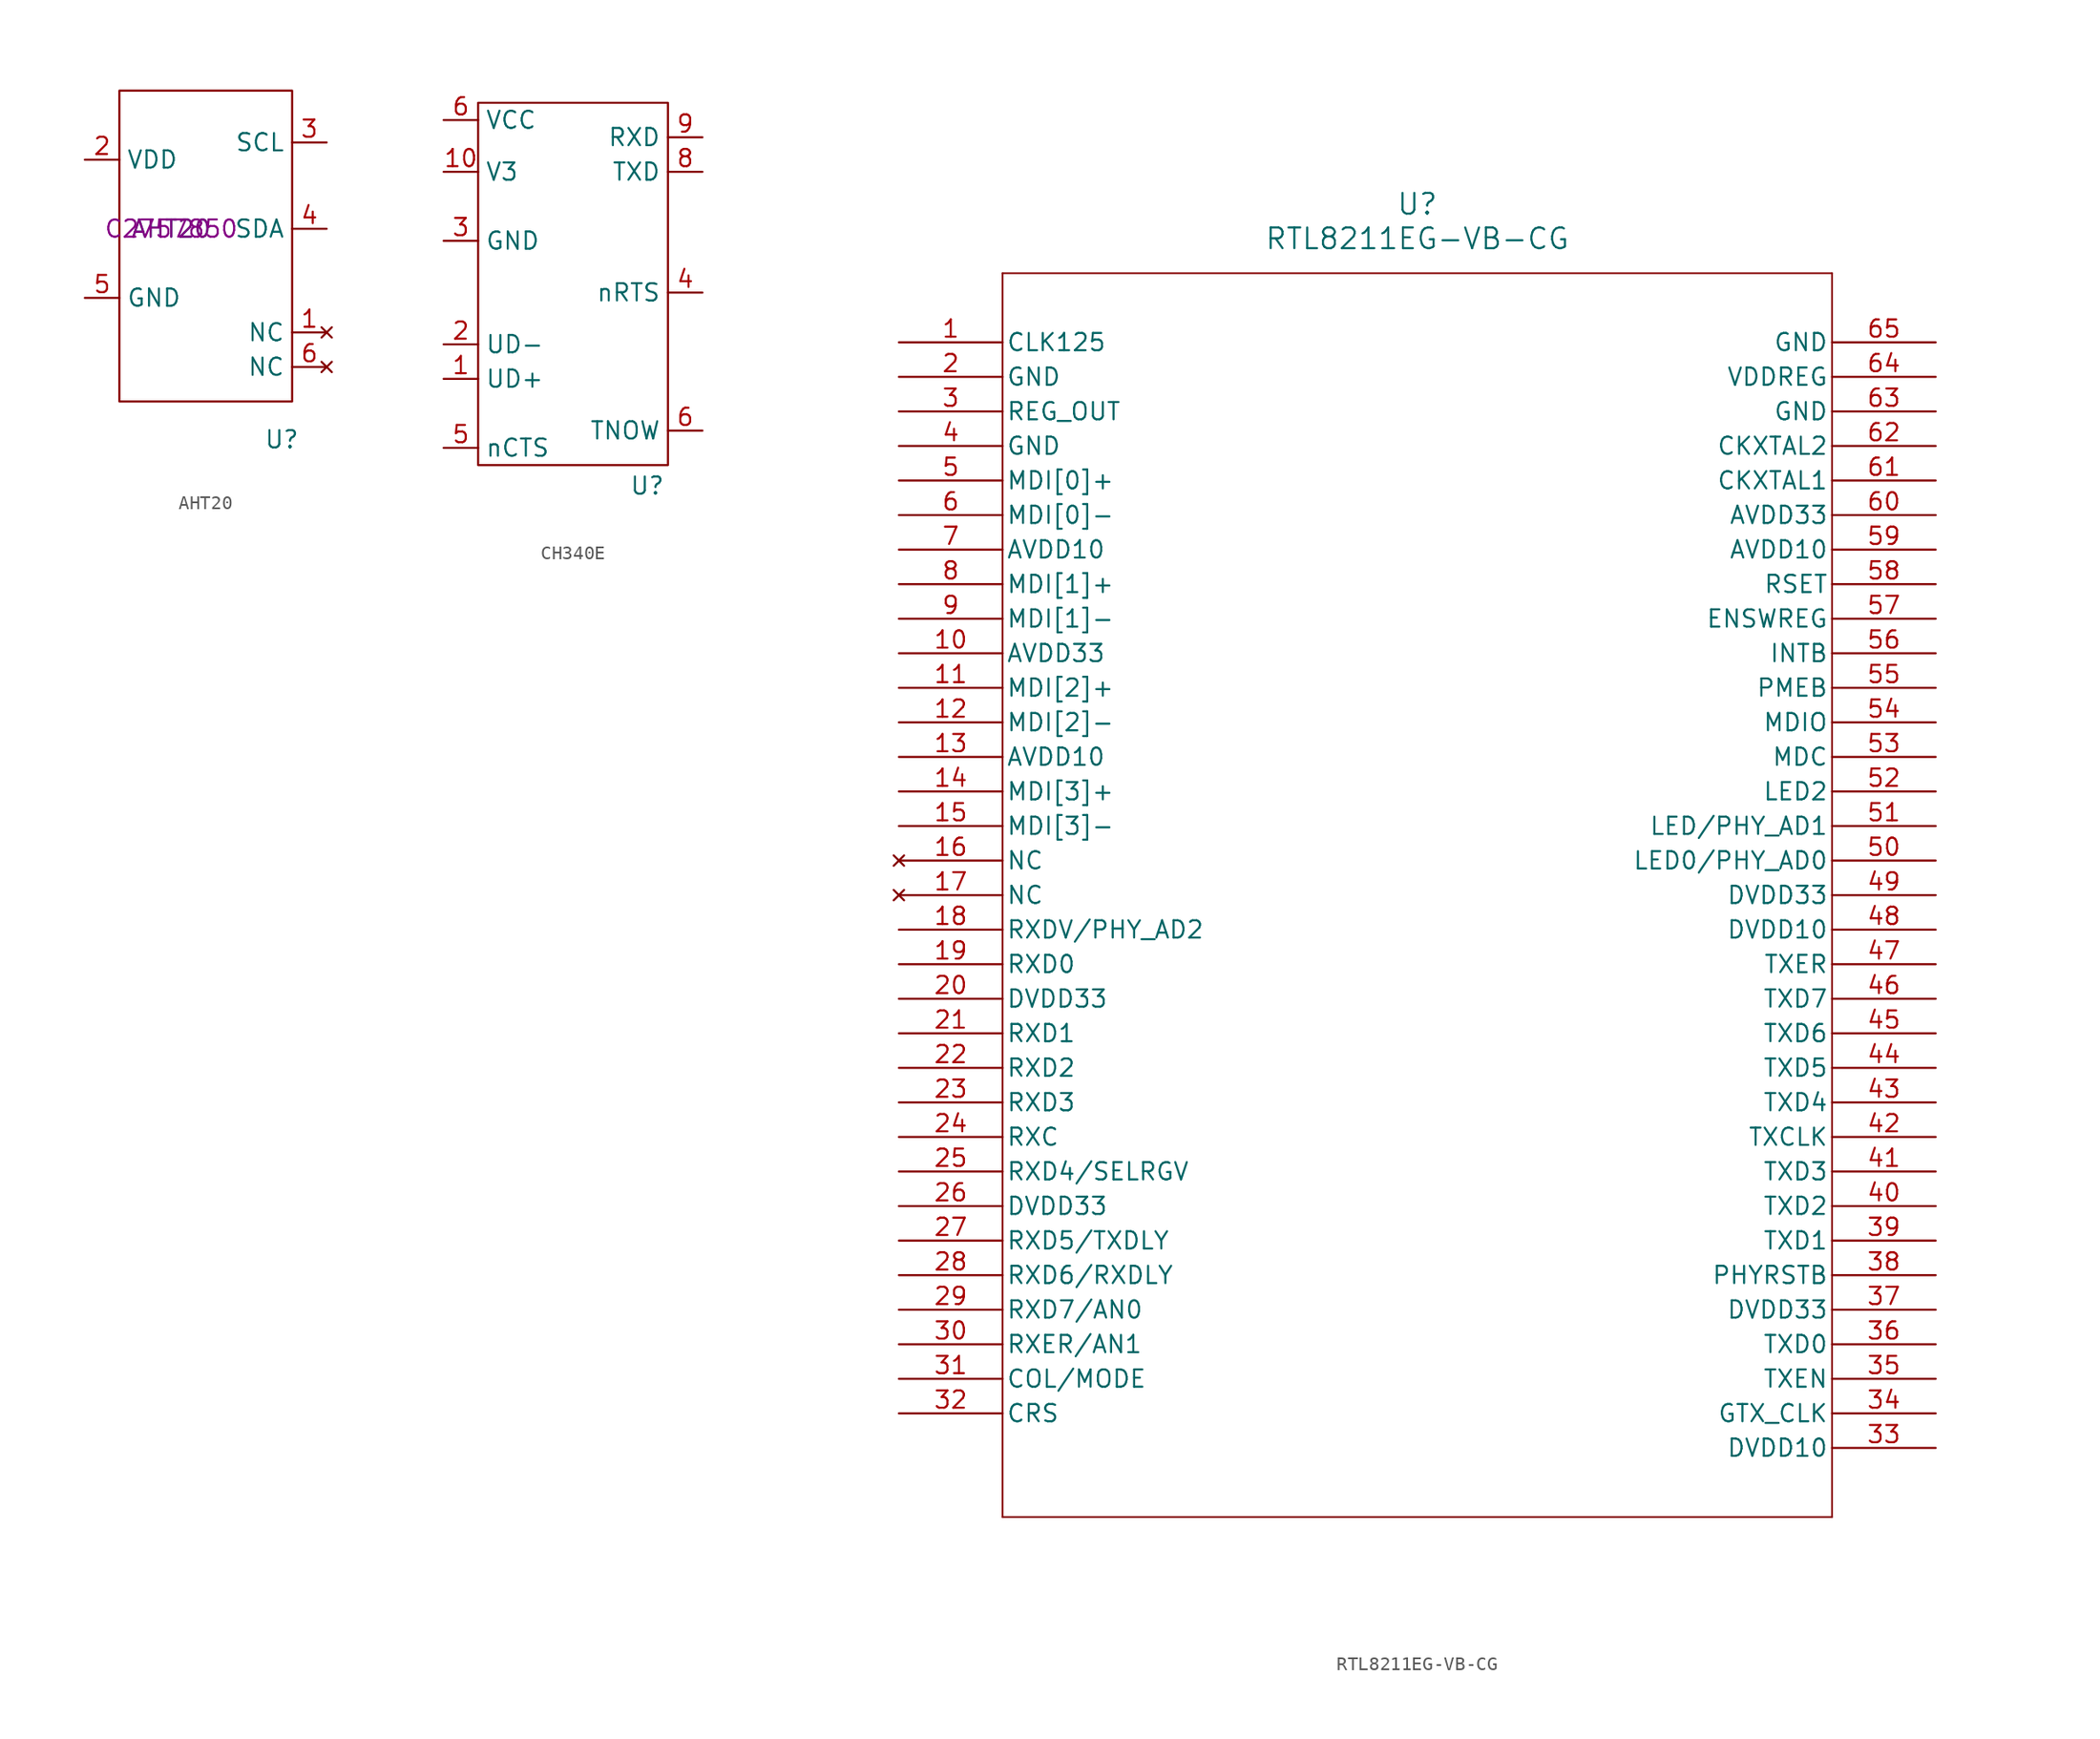
<source format=kicad_sym>
(kicad_symbol_lib
  (version 20231120)
  (generator "kicad_symbol_editor")
  (generator_version "8.0")
  (symbol "AHT20"
    (property "Reference" "U"
      (at 8.128 -15.494 0)
      (effects (font (size 1.27 1.27))))
    (property "Value" "AHT20"
      (at 0 0 0)
      (effects (font (size 1.27 1.27))))
    (property "Mfr. Part # " "AHT20"
      (at 0 0 0)
      (effects (font (size 1.27 1.27))))
    (property "LCSC Part # " "C2757850"
      (at 0 0 0)
      (effects (font (size 1.27 1.27))))
    (symbol "AHT20_0_1"
      (rectangle (start -3.81 10.16) (end 8.89 -12.7) (stroke (width 0) (type default)) (fill (type none))))
    (symbol "AHT20_1_1"
      (pin no_connect line (at 11.43 -7.62 180) (length 2.54) (name "NC" (effects (font (size 1.27 1.27)))) (number "1" (effects (font (size 1.27 1.27)))))
      (pin power_in line (at -6.35 5.08 0) (length 2.54) (name "VDD" (effects (font (size 1.27 1.27)))) (number "2" (effects (font (size 1.27 1.27)))))
      (pin passive line (at 11.43 6.35 180) (length 2.54) (name "SCL" (effects (font (size 1.27 1.27)))) (number "3" (effects (font (size 1.27 1.27)))))
      (pin passive line (at 11.43 0 180) (length 2.54) (name "SDA" (effects (font (size 1.27 1.27)))) (number "4" (effects (font (size 1.27 1.27)))))
      (pin passive line (at -6.35 -5.08 0) (length 2.54) (name "GND" (effects (font (size 1.27 1.27)))) (number "5" (effects (font (size 1.27 1.27)))))
      (pin no_connect line (at 11.43 -10.16 180) (length 2.54) (name "NC" (effects (font (size 1.27 1.27)))) (number "6" (effects (font (size 1.27 1.27)))))))
  (symbol "CH340E"
    (property "Reference" "U"
      (at 8.636 -23.114 0)
      (effects (font (size 1.27 1.27))))
    (property "Value" ""
      (at 0 0 0)
      (effects (font (size 1.27 1.27))))
    (symbol "CH340E_0_1"
      (rectangle (start -3.81 5.08) (end 10.16 -21.59) (stroke (width 0) (type default)) (fill (type none))))
    (symbol "CH340E_1_1"
      (pin bidirectional line (at -6.35 -15.24 0) (length 2.54) (name "UD+" (effects (font (size 1.27 1.27)))) (number "1" (effects (font (size 1.27 1.27)))))
      (pin power_in line (at -6.35 0 0) (length 2.54) (name "V3" (effects (font (size 1.27 1.27)))) (number "10" (effects (font (size 1.27 1.27)))))
      (pin bidirectional line (at -6.35 -12.7 0) (length 2.54) (name "UD-" (effects (font (size 1.27 1.27)))) (number "2" (effects (font (size 1.27 1.27)))))
      (pin passive line (at -6.35 -5.08 0) (length 2.54) (name "GND" (effects (font (size 1.27 1.27)))) (number "3" (effects (font (size 1.27 1.27)))))
      (pin passive line (at 12.7 -8.89 180) (length 2.54) (name "nRTS" (effects (font (size 1.27 1.27)))) (number "4" (effects (font (size 1.27 1.27)))))
      (pin passive line (at -6.35 -20.32 0) (length 2.54) (name "nCTS" (effects (font (size 1.27 1.27)))) (number "5" (effects (font (size 1.27 1.27)))))
      (pin passive line (at 12.7 -19.05 180) (length 2.54) (name "TNOW" (effects (font (size 1.27 1.27)))) (number "6" (effects (font (size 1.27 1.27)))))
      (pin power_in line (at -6.35 3.81 0) (length 2.54) (name "VCC" (effects (font (size 1.27 1.27)))) (number "6" (effects (font (size 1.27 1.27)))))
      (pin output line (at 12.7 0 180) (length 2.54) (name "TXD" (effects (font (size 1.27 1.27)))) (number "8" (effects (font (size 1.27 1.27)))))
      (pin input line (at 12.7 2.54 180) (length 2.54) (name "RXD" (effects (font (size 1.27 1.27)))) (number "9" (effects (font (size 1.27 1.27)))))))
  (symbol "RTL8211EG-VB-CG"
    (pin_names
      (offset 0.254))
    (property "Reference" "U"
      (at 38.1 10.16 0)
      (effects (font (size 1.524 1.524))))
    (property "Value" "RTL8211EG-VB-CG"
      (at 38.1 7.62 0)
      (effects (font (size 1.524 1.524))))
    (property "ki_locked" ""
      (at 0 0 0)
      (effects (font (size 1.27 1.27))))
    (symbol "RTL8211EG-VB-CG_0_1"
      (polyline (pts (xy 7.62 -86.36) (xy 68.58 -86.36)) (stroke (width 0.127) (type default)) (fill (type none)))
      (polyline (pts (xy 7.62 5.08) (xy 7.62 -86.36)) (stroke (width 0.127) (type default)) (fill (type none)))
      (polyline (pts (xy 68.58 -86.36) (xy 68.58 5.08)) (stroke (width 0.127) (type default)) (fill (type none)))
      (polyline (pts (xy 68.58 5.08) (xy 7.62 5.08)) (stroke (width 0.127) (type default)) (fill (type none)))
      (pin output line (at 0 0 0) (length 7.62) (name "CLK125" (effects (font (size 1.27 1.27)))) (number "1" (effects (font (size 1.27 1.27)))))
      (pin power_in line (at 0 -22.86 0) (length 7.62) (name "AVDD33" (effects (font (size 1.27 1.27)))) (number "10" (effects (font (size 1.27 1.27)))))
      (pin bidirectional line (at 0 -25.4 0) (length 7.62) (name "MDI[2]+" (effects (font (size 1.27 1.27)))) (number "11" (effects (font (size 1.27 1.27)))))
      (pin bidirectional line (at 0 -27.94 0) (length 7.62) (name "MDI[2]-" (effects (font (size 1.27 1.27)))) (number "12" (effects (font (size 1.27 1.27)))))
      (pin power_in line (at 0 -30.48 0) (length 7.62) (name "AVDD10" (effects (font (size 1.27 1.27)))) (number "13" (effects (font (size 1.27 1.27)))))
      (pin bidirectional line (at 0 -33.02 0) (length 7.62) (name "MDI[3]+" (effects (font (size 1.27 1.27)))) (number "14" (effects (font (size 1.27 1.27)))))
      (pin bidirectional line (at 0 -35.56 0) (length 7.62) (name "MDI[3]-" (effects (font (size 1.27 1.27)))) (number "15" (effects (font (size 1.27 1.27)))))
      (pin no_connect line (at 0 -38.1 0) (length 7.62) (name "NC" (effects (font (size 1.27 1.27)))) (number "16" (effects (font (size 1.27 1.27)))))
      (pin no_connect line (at 0 -40.64 0) (length 7.62) (name "NC" (effects (font (size 1.27 1.27)))) (number "17" (effects (font (size 1.27 1.27)))))
      (pin output line (at 0 -43.18 0) (length 7.62) (name "RXDV/PHY_AD2" (effects (font (size 1.27 1.27)))) (number "18" (effects (font (size 1.27 1.27)))))
      (pin output line (at 0 -45.72 0) (length 7.62) (name "RXD0" (effects (font (size 1.27 1.27)))) (number "19" (effects (font (size 1.27 1.27)))))
      (pin power_out line (at 0 -2.54 0) (length 7.62) (name "GND" (effects (font (size 1.27 1.27)))) (number "2" (effects (font (size 1.27 1.27)))))
      (pin power_in line (at 0 -48.26 0) (length 7.62) (name "DVDD33" (effects (font (size 1.27 1.27)))) (number "20" (effects (font (size 1.27 1.27)))))
      (pin output line (at 0 -50.8 0) (length 7.62) (name "RXD1" (effects (font (size 1.27 1.27)))) (number "21" (effects (font (size 1.27 1.27)))))
      (pin output line (at 0 -53.34 0) (length 7.62) (name "RXD2" (effects (font (size 1.27 1.27)))) (number "22" (effects (font (size 1.27 1.27)))))
      (pin output line (at 0 -55.88 0) (length 7.62) (name "RXD3" (effects (font (size 1.27 1.27)))) (number "23" (effects (font (size 1.27 1.27)))))
      (pin output line (at 0 -58.42 0) (length 7.62) (name "RXC" (effects (font (size 1.27 1.27)))) (number "24" (effects (font (size 1.27 1.27)))))
      (pin output line (at 0 -60.96 0) (length 7.62) (name "RXD4/SELRGV" (effects (font (size 1.27 1.27)))) (number "25" (effects (font (size 1.27 1.27)))))
      (pin power_in line (at 0 -63.5 0) (length 7.62) (name "DVDD33" (effects (font (size 1.27 1.27)))) (number "26" (effects (font (size 1.27 1.27)))))
      (pin output line (at 0 -66.04 0) (length 7.62) (name "RXD5/TXDLY" (effects (font (size 1.27 1.27)))) (number "27" (effects (font (size 1.27 1.27)))))
      (pin output line (at 0 -68.58 0) (length 7.62) (name "RXD6/RXDLY" (effects (font (size 1.27 1.27)))) (number "28" (effects (font (size 1.27 1.27)))))
      (pin output line (at 0 -71.12 0) (length 7.62) (name "RXD7/AN0" (effects (font (size 1.27 1.27)))) (number "29" (effects (font (size 1.27 1.27)))))
      (pin output line (at 0 -5.08 0) (length 7.62) (name "REG_OUT" (effects (font (size 1.27 1.27)))) (number "3" (effects (font (size 1.27 1.27)))))
      (pin output line (at 0 -73.66 0) (length 7.62) (name "RXER/AN1" (effects (font (size 1.27 1.27)))) (number "30" (effects (font (size 1.27 1.27)))))
      (pin output line (at 0 -76.2 0) (length 7.62) (name "COL/MODE" (effects (font (size 1.27 1.27)))) (number "31" (effects (font (size 1.27 1.27)))))
      (pin output line (at 0 -78.74 0) (length 7.62) (name "CRS" (effects (font (size 1.27 1.27)))) (number "32" (effects (font (size 1.27 1.27)))))
      (pin power_in line (at 76.2 -81.28 180) (length 7.62) (name "DVDD10" (effects (font (size 1.27 1.27)))) (number "33" (effects (font (size 1.27 1.27)))))
      (pin input line (at 76.2 -78.74 180) (length 7.62) (name "GTX_CLK" (effects (font (size 1.27 1.27)))) (number "34" (effects (font (size 1.27 1.27)))))
      (pin input line (at 76.2 -76.2 180) (length 7.62) (name "TXEN" (effects (font (size 1.27 1.27)))) (number "35" (effects (font (size 1.27 1.27)))))
      (pin input line (at 76.2 -73.66 180) (length 7.62) (name "TXD0" (effects (font (size 1.27 1.27)))) (number "36" (effects (font (size 1.27 1.27)))))
      (pin power_in line (at 76.2 -71.12 180) (length 7.62) (name "DVDD33" (effects (font (size 1.27 1.27)))) (number "37" (effects (font (size 1.27 1.27)))))
      (pin input line (at 76.2 -68.58 180) (length 7.62) (name "PHYRSTB" (effects (font (size 1.27 1.27)))) (number "38" (effects (font (size 1.27 1.27)))))
      (pin input line (at 76.2 -66.04 180) (length 7.62) (name "TXD1" (effects (font (size 1.27 1.27)))) (number "39" (effects (font (size 1.27 1.27)))))
      (pin power_out line (at 0 -7.62 0) (length 7.62) (name "GND" (effects (font (size 1.27 1.27)))) (number "4" (effects (font (size 1.27 1.27)))))
      (pin input line (at 76.2 -63.5 180) (length 7.62) (name "TXD2" (effects (font (size 1.27 1.27)))) (number "40" (effects (font (size 1.27 1.27)))))
      (pin input line (at 76.2 -60.96 180) (length 7.62) (name "TXD3" (effects (font (size 1.27 1.27)))) (number "41" (effects (font (size 1.27 1.27)))))
      (pin output line (at 76.2 -58.42 180) (length 7.62) (name "TXCLK" (effects (font (size 1.27 1.27)))) (number "42" (effects (font (size 1.27 1.27)))))
      (pin bidirectional line (at 76.2 -55.88 180) (length 7.62) (name "TXD4" (effects (font (size 1.27 1.27)))) (number "43" (effects (font (size 1.27 1.27)))))
      (pin bidirectional line (at 76.2 -53.34 180) (length 7.62) (name "TXD5" (effects (font (size 1.27 1.27)))) (number "44" (effects (font (size 1.27 1.27)))))
      (pin bidirectional line (at 76.2 -50.8 180) (length 7.62) (name "TXD6" (effects (font (size 1.27 1.27)))) (number "45" (effects (font (size 1.27 1.27)))))
      (pin bidirectional line (at 76.2 -48.26 180) (length 7.62) (name "TXD7" (effects (font (size 1.27 1.27)))) (number "46" (effects (font (size 1.27 1.27)))))
      (pin input line (at 76.2 -45.72 180) (length 7.62) (name "TXER" (effects (font (size 1.27 1.27)))) (number "47" (effects (font (size 1.27 1.27)))))
      (pin power_in line (at 76.2 -43.18 180) (length 7.62) (name "DVDD10" (effects (font (size 1.27 1.27)))) (number "48" (effects (font (size 1.27 1.27)))))
      (pin power_in line (at 76.2 -40.64 180) (length 7.62) (name "DVDD33" (effects (font (size 1.27 1.27)))) (number "49" (effects (font (size 1.27 1.27)))))
      (pin bidirectional line (at 0 -10.16 0) (length 7.62) (name "MDI[0]+" (effects (font (size 1.27 1.27)))) (number "5" (effects (font (size 1.27 1.27)))))
      (pin output line (at 76.2 -38.1 180) (length 7.62) (name "LED0/PHY_AD0" (effects (font (size 1.27 1.27)))) (number "50" (effects (font (size 1.27 1.27)))))
      (pin output line (at 76.2 -35.56 180) (length 7.62) (name "LED/PHY_AD1" (effects (font (size 1.27 1.27)))) (number "51" (effects (font (size 1.27 1.27)))))
      (pin output line (at 76.2 -33.02 180) (length 7.62) (name "LED2" (effects (font (size 1.27 1.27)))) (number "52" (effects (font (size 1.27 1.27)))))
      (pin input line (at 76.2 -30.48 180) (length 7.62) (name "MDC" (effects (font (size 1.27 1.27)))) (number "53" (effects (font (size 1.27 1.27)))))
      (pin bidirectional line (at 76.2 -27.94 180) (length 7.62) (name "MDIO" (effects (font (size 1.27 1.27)))) (number "54" (effects (font (size 1.27 1.27)))))
      (pin output line (at 76.2 -25.4 180) (length 7.62) (name "PMEB" (effects (font (size 1.27 1.27)))) (number "55" (effects (font (size 1.27 1.27)))))
      (pin output line (at 76.2 -22.86 180) (length 7.62) (name "INTB" (effects (font (size 1.27 1.27)))) (number "56" (effects (font (size 1.27 1.27)))))
      (pin input line (at 76.2 -20.32 180) (length 7.62) (name "ENSWREG" (effects (font (size 1.27 1.27)))) (number "57" (effects (font (size 1.27 1.27)))))
      (pin output line (at 76.2 -17.78 180) (length 7.62) (name "RSET" (effects (font (size 1.27 1.27)))) (number "58" (effects (font (size 1.27 1.27)))))
      (pin power_in line (at 76.2 -15.24 180) (length 7.62) (name "AVDD10" (effects (font (size 1.27 1.27)))) (number "59" (effects (font (size 1.27 1.27)))))
      (pin bidirectional line (at 0 -12.7 0) (length 7.62) (name "MDI[0]-" (effects (font (size 1.27 1.27)))) (number "6" (effects (font (size 1.27 1.27)))))
      (pin power_in line (at 76.2 -12.7 180) (length 7.62) (name "AVDD33" (effects (font (size 1.27 1.27)))) (number "60" (effects (font (size 1.27 1.27)))))
      (pin input line (at 76.2 -10.16 180) (length 7.62) (name "CKXTAL1" (effects (font (size 1.27 1.27)))) (number "61" (effects (font (size 1.27 1.27)))))
      (pin output line (at 76.2 -7.62 180) (length 7.62) (name "CKXTAL2" (effects (font (size 1.27 1.27)))) (number "62" (effects (font (size 1.27 1.27)))))
      (pin power_out line (at 76.2 -5.08 180) (length 7.62) (name "GND" (effects (font (size 1.27 1.27)))) (number "63" (effects (font (size 1.27 1.27)))))
      (pin power_in line (at 76.2 -2.54 180) (length 7.62) (name "VDDREG" (effects (font (size 1.27 1.27)))) (number "64" (effects (font (size 1.27 1.27)))))
      (pin power_out line (at 76.2 0 180) (length 7.62) (name "GND" (effects (font (size 1.27 1.27)))) (number "65" (effects (font (size 1.27 1.27)))))
      (pin power_in line (at 0 -15.24 0) (length 7.62) (name "AVDD10" (effects (font (size 1.27 1.27)))) (number "7" (effects (font (size 1.27 1.27)))))
      (pin bidirectional line (at 0 -17.78 0) (length 7.62) (name "MDI[1]+" (effects (font (size 1.27 1.27)))) (number "8" (effects (font (size 1.27 1.27)))))
      (pin bidirectional line (at 0 -20.32 0) (length 7.62) (name "MDI[1]-" (effects (font (size 1.27 1.27)))) (number "9" (effects (font (size 1.27 1.27))))))))
</source>
